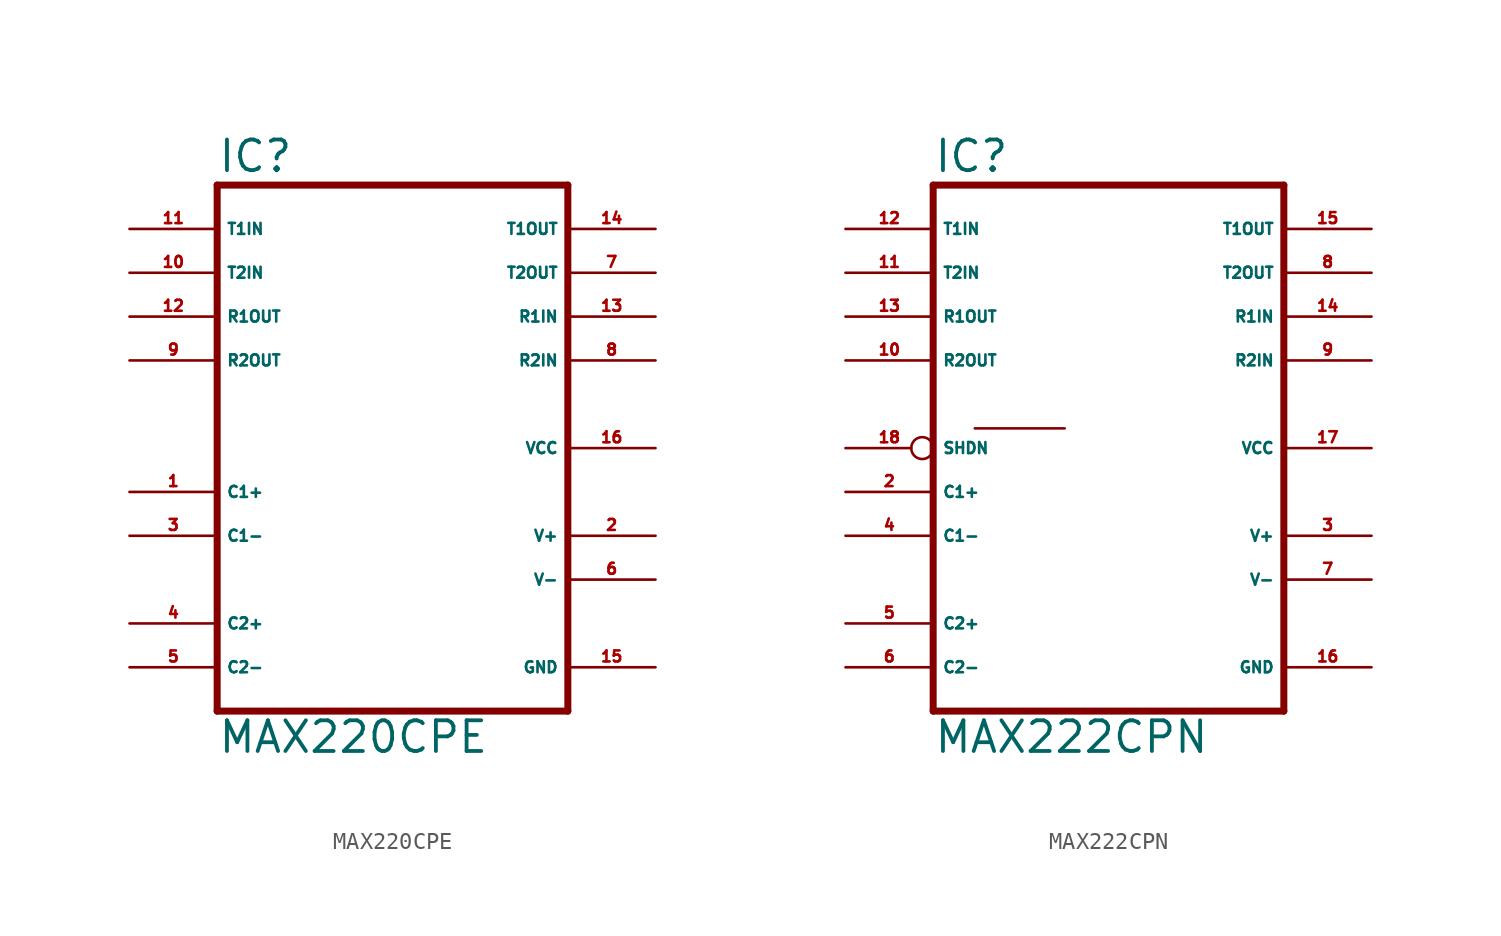
<source format=kicad_sym>
(kicad_symbol_lib
  (version 20220914)
  (generator Eagle2Kicad)
  (symbol "MAX220CPE"
    (property "Reference" "IC"
      (at -10.16 15.875 0)
      (effects (font (size 1.778 1.778) (thickness 0.22)) (justify left bottom)))
    (property "Value" "MAX220CPE"
      (at -10.16 -17.78 0)
      (effects (font (size 1.778 1.778) (thickness 0.22)) (justify left bottom)))
    (polyline
      (pts (xy 10.16 -15.24) (xy -10.16 -15.24))
      (stroke (width 0.406) (type default))
      (fill (type none)))
    (polyline
      (pts (xy -10.16 15.24) (xy -10.16 -15.24))
      (stroke (width 0.406) (type default))
      (fill (type none)))
    (polyline
      (pts (xy -10.16 15.24) (xy 10.16 15.24))
      (stroke (width 0.406) (type default))
      (fill (type none)))
    (polyline
      (pts (xy 10.16 -15.24) (xy 10.16 15.24))
      (stroke (width 0.406) (type default))
      (fill (type none)))
    (pin input line
      (at 15.24 7.62 180)
      (length 5.08)
      (name "R1IN" (effects (font (size 0.635 0.635) (thickness 0.08)) (justify left bottom)))
      (number "13" (effects (font (size 0.635 0.635) (thickness 0.08)) (justify left bottom))))
    (pin input line
      (at 15.24 5.08 180)
      (length 5.08)
      (name "R2IN" (effects (font (size 0.635 0.635) (thickness 0.08)) (justify left bottom)))
      (number "8" (effects (font (size 0.635 0.635) (thickness 0.08)) (justify left bottom))))
    (pin input line
      (at -15.24 12.7 0)
      (length 5.08)
      (name "T1IN" (effects (font (size 0.635 0.635) (thickness 0.08)) (justify left bottom)))
      (number "11" (effects (font (size 0.635 0.635) (thickness 0.08)) (justify left bottom))))
    (pin input line
      (at -15.24 10.16 0)
      (length 5.08)
      (name "T2IN" (effects (font (size 0.635 0.635) (thickness 0.08)) (justify left bottom)))
      (number "10" (effects (font (size 0.635 0.635) (thickness 0.08)) (justify left bottom))))
    (pin output line
      (at 15.24 12.7 180)
      (length 5.08)
      (name "T1OUT" (effects (font (size 0.635 0.635) (thickness 0.08)) (justify left bottom)))
      (number "14" (effects (font (size 0.635 0.635) (thickness 0.08)) (justify left bottom))))
    (pin unspecified line
      (at 15.24 -12.7 180)
      (length 5.08)
      (name "GND" (effects (font (size 0.635 0.635) (thickness 0.08)) (justify left bottom)))
      (number "15" (effects (font (size 0.635 0.635) (thickness 0.08)) (justify left bottom))))
    (pin unspecified line
      (at 15.24 -7.62 180)
      (length 5.08)
      (name "V-" (effects (font (size 0.635 0.635) (thickness 0.08)) (justify left bottom)))
      (number "6" (effects (font (size 0.635 0.635) (thickness 0.08)) (justify left bottom))))
    (pin unspecified line
      (at 15.24 0 180)
      (length 5.08)
      (name "VCC" (effects (font (size 0.635 0.635) (thickness 0.08)) (justify left bottom)))
      (number "16" (effects (font (size 0.635 0.635) (thickness 0.08)) (justify left bottom))))
    (pin passive line
      (at -15.24 -12.7 0)
      (length 5.08)
      (name "C2-" (effects (font (size 0.635 0.635) (thickness 0.08)) (justify left bottom)))
      (number "5" (effects (font (size 0.635 0.635) (thickness 0.08)) (justify left bottom))))
    (pin passive line
      (at -15.24 -5.08 0)
      (length 5.08)
      (name "C1-" (effects (font (size 0.635 0.635) (thickness 0.08)) (justify left bottom)))
      (number "3" (effects (font (size 0.635 0.635) (thickness 0.08)) (justify left bottom))))
    (pin passive line
      (at -15.24 -2.54 0)
      (length 5.08)
      (name "C1+" (effects (font (size 0.635 0.635) (thickness 0.08)) (justify left bottom)))
      (number "1" (effects (font (size 0.635 0.635) (thickness 0.08)) (justify left bottom))))
    (pin output line
      (at 15.24 10.16 180)
      (length 5.08)
      (name "T2OUT" (effects (font (size 0.635 0.635) (thickness 0.08)) (justify left bottom)))
      (number "7" (effects (font (size 0.635 0.635) (thickness 0.08)) (justify left bottom))))
    (pin output line
      (at -15.24 7.62 0)
      (length 5.08)
      (name "R1OUT" (effects (font (size 0.635 0.635) (thickness 0.08)) (justify left bottom)))
      (number "12" (effects (font (size 0.635 0.635) (thickness 0.08)) (justify left bottom))))
    (pin output line
      (at -15.24 5.08 0)
      (length 5.08)
      (name "R2OUT" (effects (font (size 0.635 0.635) (thickness 0.08)) (justify left bottom)))
      (number "9" (effects (font (size 0.635 0.635) (thickness 0.08)) (justify left bottom))))
    (pin unspecified line
      (at 15.24 -5.08 180)
      (length 5.08)
      (name "V+" (effects (font (size 0.635 0.635) (thickness 0.08)) (justify left bottom)))
      (number "2" (effects (font (size 0.635 0.635) (thickness 0.08)) (justify left bottom))))
    (pin passive line
      (at -15.24 -10.16 0)
      (length 5.08)
      (name "C2+" (effects (font (size 0.635 0.635) (thickness 0.08)) (justify left bottom)))
      (number "4" (effects (font (size 0.635 0.635) (thickness 0.08)) (justify left bottom)))))
  (symbol "MAX222CPN"
    (property "Reference" "IC"
      (at -10.16 15.875 0)
      (effects (font (size 1.778 1.778) (thickness 0.22)) (justify left bottom)))
    (property "Value" "MAX222CPN"
      (at -10.16 -17.78 0)
      (effects (font (size 1.778 1.778) (thickness 0.22)) (justify left bottom)))
    (polyline
      (pts (xy 10.16 -15.24) (xy -10.16 -15.24))
      (stroke (width 0.406) (type default))
      (fill (type none)))
    (polyline
      (pts (xy -10.16 15.24) (xy -10.16 -15.24))
      (stroke (width 0.406) (type default))
      (fill (type none)))
    (polyline
      (pts (xy -10.16 15.24) (xy 10.16 15.24))
      (stroke (width 0.406) (type default))
      (fill (type none)))
    (polyline
      (pts (xy 10.16 -15.24) (xy 10.16 15.24))
      (stroke (width 0.406) (type default))
      (fill (type none)))
    (polyline
      (pts (xy -2.54 1.143) (xy -7.747 1.143))
      (stroke (width 0.152) (type default))
      (fill (type none)))
    (pin input line
      (at 15.24 7.62 180)
      (length 5.08)
      (name "R1IN" (effects (font (size 0.635 0.635) (thickness 0.08)) (justify left bottom)))
      (number "14" (effects (font (size 0.635 0.635) (thickness 0.08)) (justify left bottom))))
    (pin input line
      (at 15.24 5.08 180)
      (length 5.08)
      (name "R2IN" (effects (font (size 0.635 0.635) (thickness 0.08)) (justify left bottom)))
      (number "9" (effects (font (size 0.635 0.635) (thickness 0.08)) (justify left bottom))))
    (pin input line
      (at -15.24 12.7 0)
      (length 5.08)
      (name "T1IN" (effects (font (size 0.635 0.635) (thickness 0.08)) (justify left bottom)))
      (number "12" (effects (font (size 0.635 0.635) (thickness 0.08)) (justify left bottom))))
    (pin input line
      (at -15.24 10.16 0)
      (length 5.08)
      (name "T2IN" (effects (font (size 0.635 0.635) (thickness 0.08)) (justify left bottom)))
      (number "11" (effects (font (size 0.635 0.635) (thickness 0.08)) (justify left bottom))))
    (pin output line
      (at 15.24 12.7 180)
      (length 5.08)
      (name "T1OUT" (effects (font (size 0.635 0.635) (thickness 0.08)) (justify left bottom)))
      (number "15" (effects (font (size 0.635 0.635) (thickness 0.08)) (justify left bottom))))
    (pin unspecified line
      (at 15.24 -12.7 180)
      (length 5.08)
      (name "GND" (effects (font (size 0.635 0.635) (thickness 0.08)) (justify left bottom)))
      (number "16" (effects (font (size 0.635 0.635) (thickness 0.08)) (justify left bottom))))
    (pin unspecified line
      (at 15.24 -7.62 180)
      (length 5.08)
      (name "V-" (effects (font (size 0.635 0.635) (thickness 0.08)) (justify left bottom)))
      (number "7" (effects (font (size 0.635 0.635) (thickness 0.08)) (justify left bottom))))
    (pin unspecified line
      (at 15.24 0 180)
      (length 5.08)
      (name "VCC" (effects (font (size 0.635 0.635) (thickness 0.08)) (justify left bottom)))
      (number "17" (effects (font (size 0.635 0.635) (thickness 0.08)) (justify left bottom))))
    (pin passive line
      (at -15.24 -12.7 0)
      (length 5.08)
      (name "C2-" (effects (font (size 0.635 0.635) (thickness 0.08)) (justify left bottom)))
      (number "6" (effects (font (size 0.635 0.635) (thickness 0.08)) (justify left bottom))))
    (pin passive line
      (at -15.24 -5.08 0)
      (length 5.08)
      (name "C1-" (effects (font (size 0.635 0.635) (thickness 0.08)) (justify left bottom)))
      (number "4" (effects (font (size 0.635 0.635) (thickness 0.08)) (justify left bottom))))
    (pin passive line
      (at -15.24 -2.54 0)
      (length 5.08)
      (name "C1+" (effects (font (size 0.635 0.635) (thickness 0.08)) (justify left bottom)))
      (number "2" (effects (font (size 0.635 0.635) (thickness 0.08)) (justify left bottom))))
    (pin output line
      (at 15.24 10.16 180)
      (length 5.08)
      (name "T2OUT" (effects (font (size 0.635 0.635) (thickness 0.08)) (justify left bottom)))
      (number "8" (effects (font (size 0.635 0.635) (thickness 0.08)) (justify left bottom))))
    (pin output line
      (at -15.24 7.62 0)
      (length 5.08)
      (name "R1OUT" (effects (font (size 0.635 0.635) (thickness 0.08)) (justify left bottom)))
      (number "13" (effects (font (size 0.635 0.635) (thickness 0.08)) (justify left bottom))))
    (pin output line
      (at -15.24 5.08 0)
      (length 5.08)
      (name "R2OUT" (effects (font (size 0.635 0.635) (thickness 0.08)) (justify left bottom)))
      (number "10" (effects (font (size 0.635 0.635) (thickness 0.08)) (justify left bottom))))
    (pin unspecified line
      (at 15.24 -5.08 180)
      (length 5.08)
      (name "V+" (effects (font (size 0.635 0.635) (thickness 0.08)) (justify left bottom)))
      (number "3" (effects (font (size 0.635 0.635) (thickness 0.08)) (justify left bottom))))
    (pin passive line
      (at -15.24 -10.16 0)
      (length 5.08)
      (name "C2+" (effects (font (size 0.635 0.635) (thickness 0.08)) (justify left bottom)))
      (number "5" (effects (font (size 0.635 0.635) (thickness 0.08)) (justify left bottom))))
    (pin input inverted
      (at -15.24 0 0)
      (length 5.08)
      (name "SHDN" (effects (font (size 0.635 0.635) (thickness 0.08)) (justify left bottom)))
      (number "18" (effects (font (size 0.635 0.635) (thickness 0.08)) (justify left bottom))))))
</source>
